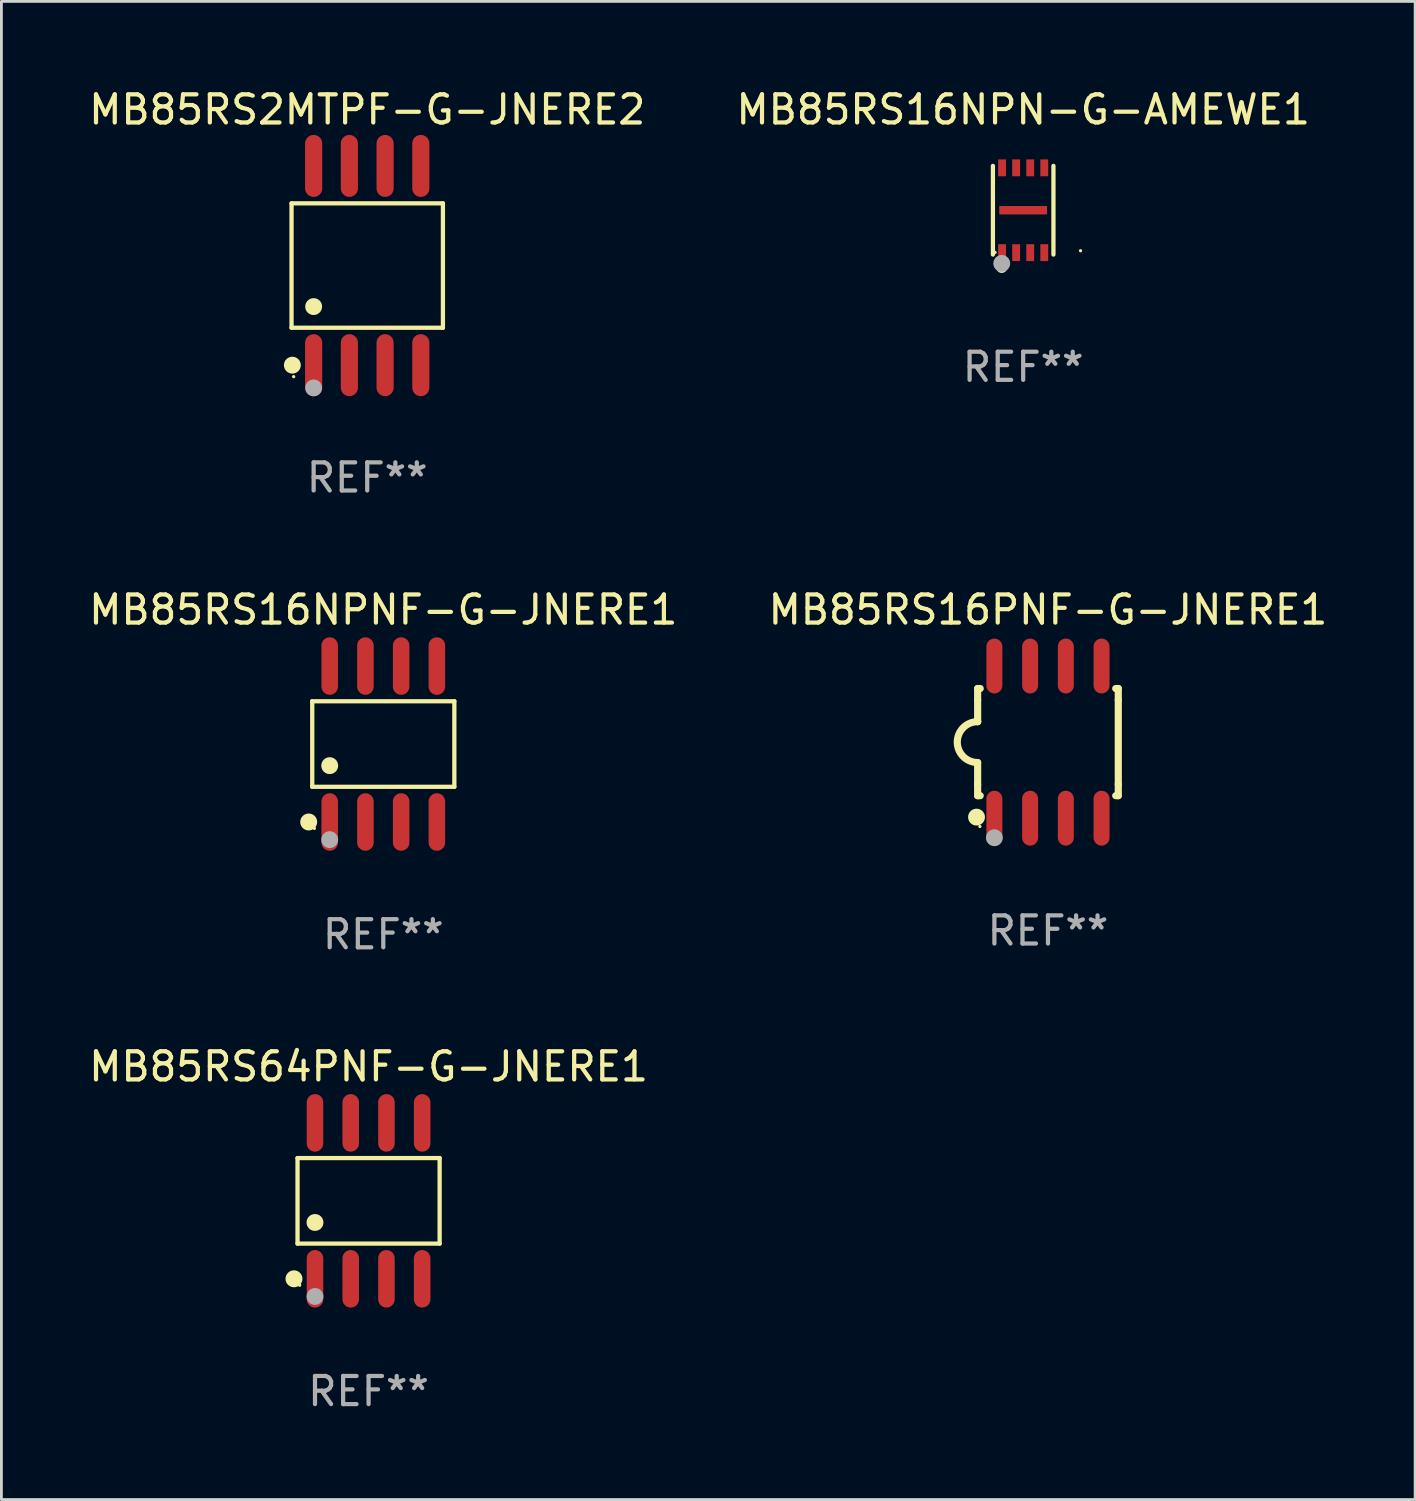
<source format=kicad_pcb>
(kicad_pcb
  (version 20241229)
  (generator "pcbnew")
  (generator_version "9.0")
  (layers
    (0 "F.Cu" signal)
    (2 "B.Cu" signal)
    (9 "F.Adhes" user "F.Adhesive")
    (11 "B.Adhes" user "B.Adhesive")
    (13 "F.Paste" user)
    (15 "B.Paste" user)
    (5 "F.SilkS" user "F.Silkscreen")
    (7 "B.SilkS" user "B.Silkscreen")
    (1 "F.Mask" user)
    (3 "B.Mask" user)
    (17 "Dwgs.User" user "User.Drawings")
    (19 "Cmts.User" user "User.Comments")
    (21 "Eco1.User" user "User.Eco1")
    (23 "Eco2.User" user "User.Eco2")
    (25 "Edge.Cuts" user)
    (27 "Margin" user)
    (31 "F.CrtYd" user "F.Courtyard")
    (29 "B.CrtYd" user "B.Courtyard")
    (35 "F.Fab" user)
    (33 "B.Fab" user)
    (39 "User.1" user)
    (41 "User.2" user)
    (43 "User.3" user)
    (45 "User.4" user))
  (footprint "MB85RS16PNF-G-JNERE1"
    (layer "F.Cu")
    (at 34.208 23.334)
    (property "Reference" "MB85RS16PNF-G-JNERE1" (at 0 -4.705 0) (layer "F.SilkS") (effects (font (size 1 1) (thickness 0.15))))
    (attr through_hole)
    (fp_line (start -2.5 -1.905) (end -2.409 -1.905) (stroke (width 0.254) (type solid)) (layer "F.SilkS"))
    (fp_line (start -2.5 -1.5) (end -2.5 -1.905) (stroke (width 0.254) (type solid)) (layer "F.SilkS"))
    (fp_line (start -2.5 -1.5) (end -2.5 -0.726) (stroke (width 0.254) (type solid)) (layer "F.SilkS"))
    (fp_line (start -2.5 1.5) (end -2.5 0.727) (stroke (width 0.254) (type solid)) (layer "F.SilkS"))
    (fp_line (start -2.5 1.5) (end -2.5 1.905) (stroke (width 0.254) (type solid)) (layer "F.SilkS"))
    (fp_line (start -2.5 1.905) (end -2.409 1.905) (stroke (width 0.254) (type solid)) (layer "F.SilkS"))
    (fp_line (start 2.5 -1.905) (end 2.409 -1.905) (stroke (width 0.254) (type solid)) (layer "F.SilkS"))
    (fp_line (start 2.5 -1.5) (end 2.5 -1.905) (stroke (width 0.254) (type solid)) (layer "F.SilkS"))
    (fp_line (start 2.5 -1.5) (end 2.5 1.5) (stroke (width 0.254) (type solid)) (layer "F.SilkS"))
    (fp_line (start 2.5 1.5) (end 2.5 1.905) (stroke (width 0.254) (type solid)) (layer "F.SilkS"))
    (fp_line (start 2.5 1.905) (end 2.409 1.905) (stroke (width 0.254) (type solid)) (layer "F.SilkS"))
    (fp_arc (start -2.5 0.726568) (mid -3.220316 -0.0023) (end -2.495097 -0.726289) (stroke (width 0.254001) (type solid)) (layer "F.SilkS"))
    (fp_circle (center -2.54 2.667) (end -2.39 2.667) (stroke (width 0.3) (type solid)) (fill no) (layer "F.SilkS"))
    (fp_circle (center -2.42 3) (end -2.39 3) (stroke (width 0.06) (type solid)) (fill no) (layer "F.SilkS"))
    (fp_circle (center -1.905 3.4) (end -1.755 3.4) (stroke (width 0.3) (type solid)) (fill no) (layer "F.Fab"))
    (fp_text user "REF**" (at 0 6.705 0) (layer "F.Fab") (effects (font (size 1 1) (thickness 0.15))))
    (pad "1" smd oval (at -1.905 2.705) (size 0.568 1.95) (layers "F.Cu" "F.Mask" "F.Paste"))
    (pad "2" smd oval (at -0.635 2.705) (size 0.568 1.95) (layers "F.Cu" "F.Mask" "F.Paste"))
    (pad "3" smd oval (at 0.635 2.705) (size 0.568 1.95) (layers "F.Cu" "F.Mask" "F.Paste"))
    (pad "4" smd oval (at 1.905 2.705) (size 0.568 1.95) (layers "F.Cu" "F.Mask" "F.Paste"))
    (pad "5" smd oval (at 1.905 -2.705) (size 0.568 1.95) (layers "F.Cu" "F.Mask" "F.Paste"))
    (pad "6" smd oval (at 0.635 -2.705) (size 0.568 1.95) (layers "F.Cu" "F.Mask" "F.Paste"))
    (pad "7" smd oval (at -0.635 -2.705) (size 0.568 1.95) (layers "F.Cu" "F.Mask" "F.Paste"))
    (pad "8" smd oval (at -1.905 -2.705) (size 0.568 1.95) (layers "F.Cu" "F.Mask" "F.Paste")))
  (footprint "MB85RS2MTPF-G-JNERE2"
    (layer "F.Cu")
    (at 10.006 6.391)
    (property "Reference" "MB85RS2MTPF-G-JNERE2" (at 0 -5.542 0) (layer "F.SilkS") (effects (font (size 1 1) (thickness 0.15))))
    (attr through_hole)
    (fp_line (start -2.691 -2.211) (end 2.691 -2.211) (stroke (width 0.152) (type solid)) (layer "F.SilkS"))
    (fp_line (start -2.691 2.211) (end -2.691 -2.211) (stroke (width 0.152) (type solid)) (layer "F.SilkS"))
    (fp_line (start 2.691 -2.211) (end 2.691 2.211) (stroke (width 0.152) (type solid)) (layer "F.SilkS"))
    (fp_line (start 2.691 2.211) (end -2.691 2.211) (stroke (width 0.152) (type solid)) (layer "F.SilkS"))
    (fp_circle (center -2.662 3.542) (end -2.512 3.542) (stroke (width 0.3) (type solid)) (fill no) (layer "F.SilkS"))
    (fp_circle (center -2.615 3.95) (end -2.585 3.95) (stroke (width 0.06) (type solid)) (fill no) (layer "F.SilkS"))
    (fp_circle (center -1.905 1.459) (end -1.755 1.459) (stroke (width 0.3) (type solid)) (fill no) (layer "F.SilkS"))
    (fp_circle (center -1.905 4.35) (end -1.755 4.35) (stroke (width 0.3) (type solid)) (fill no) (layer "F.Fab"))
    (fp_text user "REF**" (at 0 7.542 0) (layer "F.Fab") (effects (font (size 1 1) (thickness 0.15))))
    (pad "1" smd oval (at -1.905 3.542) (size 0.609 2.204) (layers "F.Cu" "F.Mask" "F.Paste"))
    (pad "2" smd oval (at -0.635 3.542) (size 0.609 2.204) (layers "F.Cu" "F.Mask" "F.Paste"))
    (pad "3" smd oval (at 0.635 3.542) (size 0.609 2.204) (layers "F.Cu" "F.Mask" "F.Paste"))
    (pad "4" smd oval (at 1.905 3.542) (size 0.609 2.204) (layers "F.Cu" "F.Mask" "F.Paste"))
    (pad "5" smd oval (at 1.905 -3.542) (size 0.609 2.204) (layers "F.Cu" "F.Mask" "F.Paste"))
    (pad "6" smd oval (at 0.635 -3.542) (size 0.609 2.204) (layers "F.Cu" "F.Mask" "F.Paste"))
    (pad "7" smd oval (at -0.635 -3.542) (size 0.609 2.204) (layers "F.Cu" "F.Mask" "F.Paste"))
    (pad "8" smd oval (at -1.905 -3.542) (size 0.609 2.204) (layers "F.Cu" "F.Mask" "F.Paste")))
  (footprint "MB85RS16NPNF-G-JNERE1"
    (layer "F.Cu")
    (at 10.577 23.402)
    (property "Reference" "MB85RS16NPNF-G-JNERE1" (at 0 -4.772 0) (layer "F.SilkS") (effects (font (size 1 1) (thickness 0.15))))
    (attr through_hole)
    (fp_line (start -2.526 -1.521) (end 2.526 -1.521) (stroke (width 0.152) (type solid)) (layer "F.SilkS"))
    (fp_line (start -2.526 1.521) (end -2.526 -1.521) (stroke (width 0.152) (type solid)) (layer "F.SilkS"))
    (fp_line (start 2.526 -1.521) (end 2.526 1.521) (stroke (width 0.152) (type solid)) (layer "F.SilkS"))
    (fp_line (start 2.526 1.521) (end -2.526 1.521) (stroke (width 0.152) (type solid)) (layer "F.SilkS"))
    (fp_circle (center -2.652 2.772) (end -2.501 2.772) (stroke (width 0.3) (type solid)) (fill no) (layer "F.SilkS"))
    (fp_circle (center -2.45 3) (end -2.42 3) (stroke (width 0.06) (type solid)) (fill no) (layer "F.SilkS"))
    (fp_circle (center -1.905 0.769) (end -1.755 0.769) (stroke (width 0.3) (type solid)) (fill no) (layer "F.SilkS"))
    (fp_circle (center -1.905 3.4) (end -1.755 3.4) (stroke (width 0.3) (type solid)) (fill no) (layer "F.Fab"))
    (fp_text user "REF**" (at 0 6.772 0) (layer "F.Fab") (effects (font (size 1 1) (thickness 0.15))))
    (pad "1" smd oval (at -1.905 2.772) (size 0.588 2.045) (layers "F.Cu" "F.Mask" "F.Paste"))
    (pad "2" smd oval (at -0.635 2.772) (size 0.588 2.045) (layers "F.Cu" "F.Mask" "F.Paste"))
    (pad "3" smd oval (at 0.635 2.772) (size 0.588 2.045) (layers "F.Cu" "F.Mask" "F.Paste"))
    (pad "4" smd oval (at 1.905 2.772) (size 0.588 2.045) (layers "F.Cu" "F.Mask" "F.Paste"))
    (pad "5" smd oval (at 1.905 -2.772) (size 0.588 2.045) (layers "F.Cu" "F.Mask" "F.Paste"))
    (pad "6" smd oval (at 0.635 -2.772) (size 0.588 2.045) (layers "F.Cu" "F.Mask" "F.Paste"))
    (pad "7" smd oval (at -0.635 -2.772) (size 0.588 2.045) (layers "F.Cu" "F.Mask" "F.Paste"))
    (pad "8" smd oval (at -1.905 -2.772) (size 0.588 2.045) (layers "F.Cu" "F.Mask" "F.Paste")))
  (footprint "MB85RS64PNF-G-JNERE1"
    (layer "F.Cu")
    (at 10.054 39.643)
    (property "Reference" "MB85RS64PNF-G-JNERE1" (at 0 -4.772 0) (layer "F.SilkS") (effects (font (size 1 1) (thickness 0.15))))
    (attr through_hole)
    (fp_line (start -2.526 -1.521) (end 2.526 -1.521) (stroke (width 0.152) (type solid)) (layer "F.SilkS"))
    (fp_line (start -2.526 1.521) (end -2.526 -1.521) (stroke (width 0.152) (type solid)) (layer "F.SilkS"))
    (fp_line (start 2.526 -1.521) (end 2.526 1.521) (stroke (width 0.152) (type solid)) (layer "F.SilkS"))
    (fp_line (start 2.526 1.521) (end -2.526 1.521) (stroke (width 0.152) (type solid)) (layer "F.SilkS"))
    (fp_circle (center -2.652 2.772) (end -2.501 2.772) (stroke (width 0.3) (type solid)) (fill no) (layer "F.SilkS"))
    (fp_circle (center -2.45 3) (end -2.42 3) (stroke (width 0.06) (type solid)) (fill no) (layer "F.SilkS"))
    (fp_circle (center -1.905 0.769) (end -1.755 0.769) (stroke (width 0.3) (type solid)) (fill no) (layer "F.SilkS"))
    (fp_circle (center -1.905 3.4) (end -1.755 3.4) (stroke (width 0.3) (type solid)) (fill no) (layer "F.Fab"))
    (fp_text user "REF**" (at 0 6.772 0) (layer "F.Fab") (effects (font (size 1 1) (thickness 0.15))))
    (pad "1" smd oval (at -1.905 2.772) (size 0.588 2.045) (layers "F.Cu" "F.Mask" "F.Paste"))
    (pad "2" smd oval (at -0.635 2.772) (size 0.588 2.045) (layers "F.Cu" "F.Mask" "F.Paste"))
    (pad "3" smd oval (at 0.635 2.772) (size 0.588 2.045) (layers "F.Cu" "F.Mask" "F.Paste"))
    (pad "4" smd oval (at 1.905 2.772) (size 0.588 2.045) (layers "F.Cu" "F.Mask" "F.Paste"))
    (pad "5" smd oval (at 1.905 -2.772) (size 0.588 2.045) (layers "F.Cu" "F.Mask" "F.Paste"))
    (pad "6" smd oval (at 0.635 -2.772) (size 0.588 2.045) (layers "F.Cu" "F.Mask" "F.Paste"))
    (pad "7" smd oval (at -0.635 -2.772) (size 0.588 2.045) (layers "F.Cu" "F.Mask" "F.Paste"))
    (pad "8" smd oval (at -1.905 -2.772) (size 0.588 2.045) (layers "F.Cu" "F.Mask" "F.Paste")))
  (footprint "MB85RS16NPN-G-AMEWE1"
    (layer "F.Cu")
    (at 33.327 4.424)
    (property "Reference" "MB85RS16NPN-G-AMEWE1" (at 0 -3.576 0) (layer "F.SilkS") (effects (font (size 1 1) (thickness 0.15))))
    (attr through_hole)
    (fp_line (start -1.076 -1.576) (end -1.076 1.576) (stroke (width 0.152) (type solid)) (layer "F.SilkS"))
    (fp_line (start 1.076 1.576) (end 1.076 -1.576) (stroke (width 0.152) (type solid)) (layer "F.SilkS"))
    (fp_circle (center -1 1.5) (end -0.97 1.5) (stroke (width 0.06) (type solid)) (fill no) (layer "F.SilkS"))
    (fp_circle (center -0.762 2.032) (end -0.662 2.032) (stroke (width 0.2) (type solid)) (fill no) (layer "F.SilkS"))
    (fp_circle (center 2.039 1.44) (end 2.069 1.44) (stroke (width 0.06) (type solid)) (fill no) (layer "F.SilkS"))
    (fp_circle (center -0.762 1.892) (end -0.612 1.892) (stroke (width 0.3) (type solid)) (fill no) (layer "F.Fab"))
    (fp_text user "REF**" (at 0 5.576 0) (layer "F.Fab") (effects (font (size 1 1) (thickness 0.15))))
    (pad "1" smd rect (at -0.75 1.508 270) (size 0.6 0.28) (layers "F.Cu" "F.Mask" "F.Paste"))
    (pad "2" smd rect (at -0.25 1.508 270) (size 0.6 0.28) (layers "F.Cu" "F.Mask" "F.Paste"))
    (pad "3" smd rect (at 0.25 1.508 270) (size 0.6 0.28) (layers "F.Cu" "F.Mask" "F.Paste"))
    (pad "4" smd rect (at 0.75 1.508 270) (size 0.6 0.28) (layers "F.Cu" "F.Mask" "F.Paste"))
    (pad "5" smd rect (at 0.75 -1.507 270) (size 0.6 0.28) (layers "F.Cu" "F.Mask" "F.Paste"))
    (pad "6" smd rect (at 0.25 -1.507 270) (size 0.6 0.28) (layers "F.Cu" "F.Mask" "F.Paste"))
    (pad "7" smd rect (at -0.25 -1.507 270) (size 0.6 0.28) (layers "F.Cu" "F.Mask" "F.Paste"))
    (pad "8" smd rect (at -0.75 -1.507 270) (size 0.6 0.28) (layers "F.Cu" "F.Mask" "F.Paste"))
    (pad "9" smd rect (at -0.000089 0.00014 90) (size 0.3 1.7) (layers "F.Cu" "F.Mask" "F.Paste")))
  (gr_rect
    (start -3 -3)
    (end 47.262 50.264)
    (stroke (width 0.1) (type default))
    (fill no)
    (layer "Edge.Cuts")))
</source>
